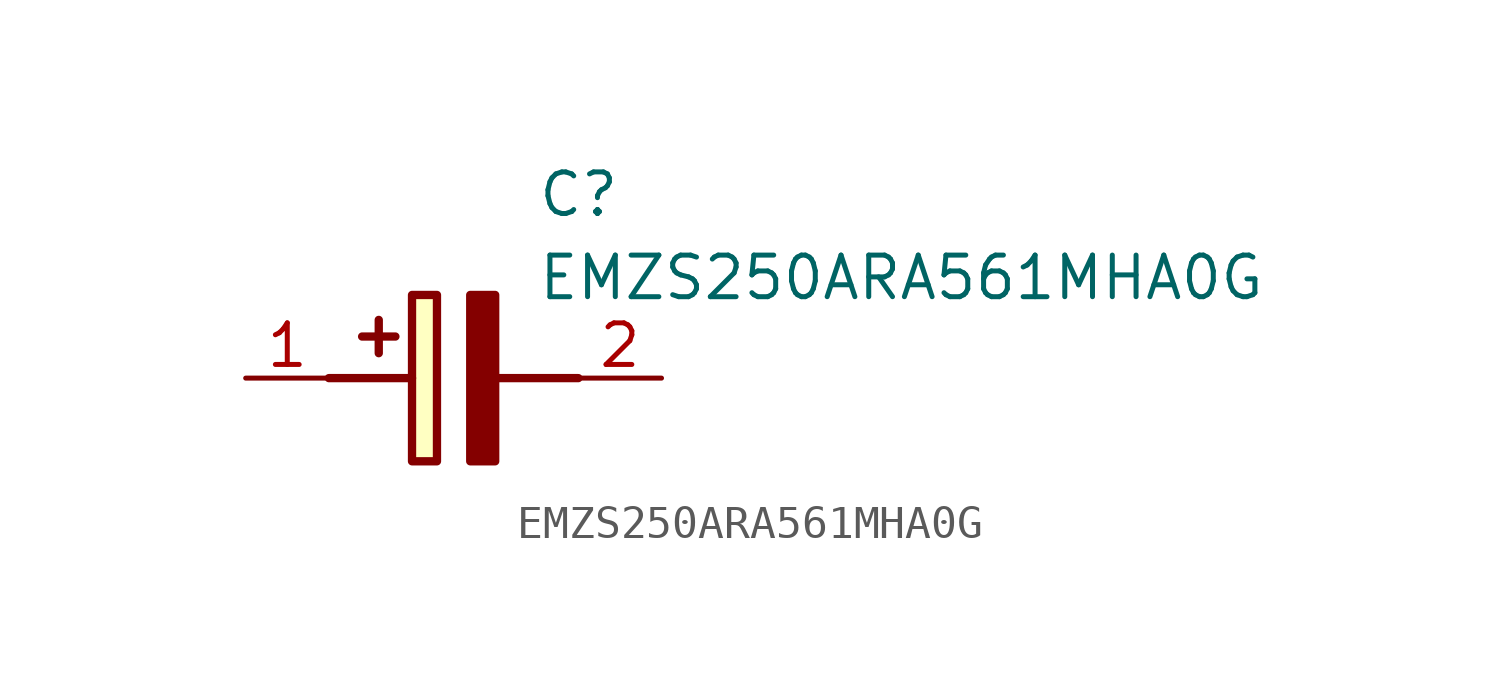
<source format=kicad_sym>
(kicad_symbol_lib
  (version 20211014)
  (generator SamacSys_ECAD_Model)
  (symbol "EMZS250ARA561MHA0G"
    (pin_names hide)
    (property "Reference" "C"
      (at 8.89 6.35 0)
      (effects (font (size 1.27 1.27)) (justify left top)))
    (property "Value" "EMZS250ARA561MHA0G"
      (at 8.89 3.81 0)
      (effects (font (size 1.27 1.27)) (justify left top)))
    (rectangle
      (start 5.08 2.54)
      (end 5.842 -2.54)
      (stroke (width 0.254) (type default))
      (fill (type background)))
    (polyline
      (pts (xy 4.572 1.27) (xy 3.556 1.27))
      (stroke (width 0.254) (type default))
      (fill (type none)))
    (polyline
      (pts (xy 4.064 1.778) (xy 4.064 0.762))
      (stroke (width 0.254) (type default))
      (fill (type none)))
    (polyline
      (pts (xy 2.54 0) (xy 5.08 0))
      (stroke (width 0.254) (type default))
      (fill (type none)))
    (polyline
      (pts (xy 7.62 0) (xy 10.16 0))
      (stroke (width 0.254) (type default))
      (fill (type none)))
    (polyline
      (pts (xy 7.62 2.54) (xy 7.62 -2.54) (xy 6.858 -2.54) (xy 6.858 2.54) (xy 7.62 2.54))
      (stroke (width 0.254) (type default))
      (fill (type outline)))
    (pin passive line
      (at 0 0 0)
      (length 2.54)
      (name "+" (effects (font (size 1.27 1.27))))
      (number "1" (effects (font (size 1.27 1.27)))))
    (pin passive line
      (at 12.7 0 180)
      (length 2.54)
      (name "-" (effects (font (size 1.27 1.27))))
      (number "2" (effects (font (size 1.27 1.27)))))))
</source>
